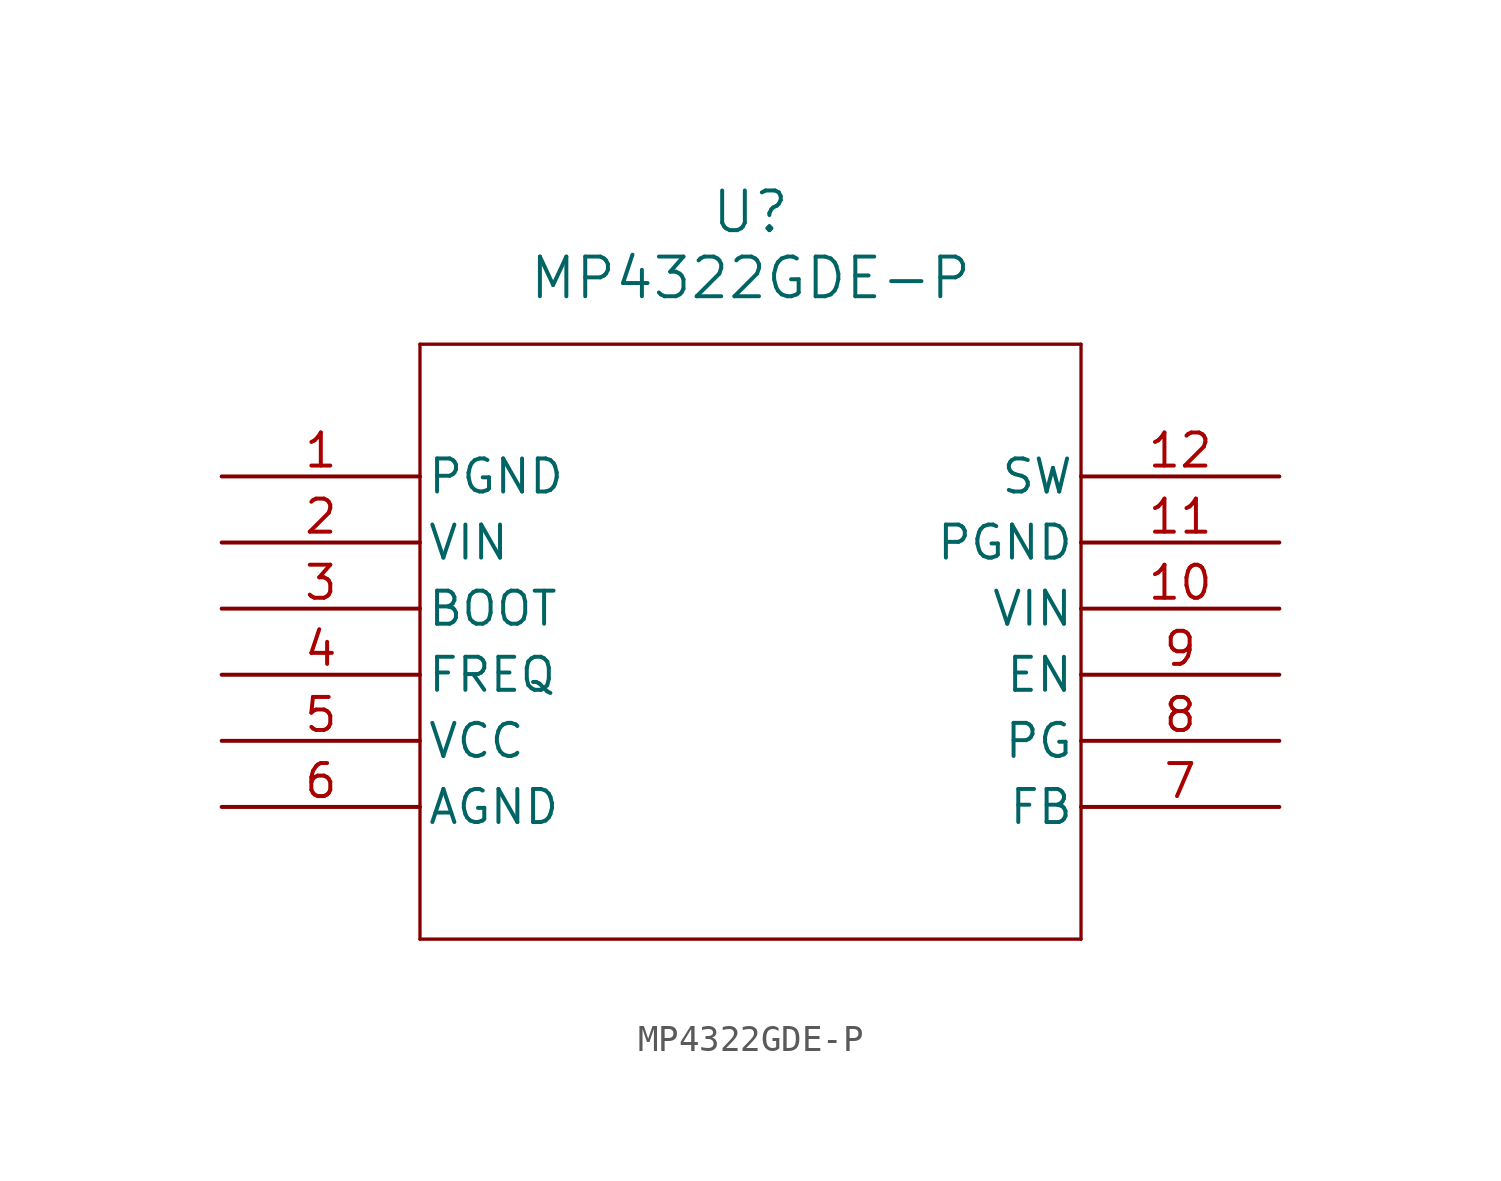
<source format=kicad_sym>
(kicad_symbol_lib
  (version 20211014)
  (generator kicad_symbol_editor)
  (symbol "MP4322GDE-P"
    (pin_names
      (offset 0.254))
    (property "Reference" "U"
      (at 20.32 10.16 0)
      (effects (font (size 1.524 1.524))))
    (property "Value" "MP4322GDE-P"
      (at 20.32 7.62 0)
      (effects (font (size 1.524 1.524))))
    (symbol "MP4322GDE-P_0_1"
      (polyline (pts (xy 7.62 5.08) (xy 7.62 -17.78)) (stroke (width 0.127) (type default) (color 0 0 0 0)) (fill (type none)))
      (polyline (pts (xy 7.62 -17.78) (xy 33.02 -17.78)) (stroke (width 0.127) (type default) (color 0 0 0 0)) (fill (type none)))
      (polyline (pts (xy 33.02 -17.78) (xy 33.02 5.08)) (stroke (width 0.127) (type default) (color 0 0 0 0)) (fill (type none)))
      (polyline (pts (xy 33.02 5.08) (xy 7.62 5.08)) (stroke (width 0.127) (type default) (color 0 0 0 0)) (fill (type none)))
      (pin power_in line (at 0 0 0) (length 7.62) (name "PGND" (effects (font (size 1.27 1.27)))) (number "1" (effects (font (size 1.27 1.27)))))
      (pin power_in line (at 0 -2.54 0) (length 7.62) (name "VIN" (effects (font (size 1.27 1.27)))) (number "2" (effects (font (size 1.27 1.27)))))
      (pin power_in line (at 0 -5.08 0) (length 7.62) (name "BOOT" (effects (font (size 1.27 1.27)))) (number "3" (effects (font (size 1.27 1.27)))))
      (pin unspecified line (at 0 -7.62 0) (length 7.62) (name "FREQ" (effects (font (size 1.27 1.27)))) (number "4" (effects (font (size 1.27 1.27)))))
      (pin power_in line (at 0 -10.16 0) (length 7.62) (name "VCC" (effects (font (size 1.27 1.27)))) (number "5" (effects (font (size 1.27 1.27)))))
      (pin power_in line (at 0 -12.7 0) (length 7.62) (name "AGND" (effects (font (size 1.27 1.27)))) (number "6" (effects (font (size 1.27 1.27)))))
      (pin input line (at 40.64 -12.7 180) (length 7.62) (name "FB" (effects (font (size 1.27 1.27)))) (number "7" (effects (font (size 1.27 1.27)))))
      (pin output line (at 40.64 -10.16 180) (length 7.62) (name "PG" (effects (font (size 1.27 1.27)))) (number "8" (effects (font (size 1.27 1.27)))))
      (pin unspecified line (at 40.64 -7.62 180) (length 7.62) (name "EN" (effects (font (size 1.27 1.27)))) (number "9" (effects (font (size 1.27 1.27)))))
      (pin power_in line (at 40.64 -5.08 180) (length 7.62) (name "VIN" (effects (font (size 1.27 1.27)))) (number "10" (effects (font (size 1.27 1.27)))))
      (pin power_in line (at 40.64 -2.54 180) (length 7.62) (name "PGND" (effects (font (size 1.27 1.27)))) (number "11" (effects (font (size 1.27 1.27)))))
      (pin output line (at 40.64 0 180) (length 7.62) (name "SW" (effects (font (size 1.27 1.27)))) (number "12" (effects (font (size 1.27 1.27))))))))
</source>
